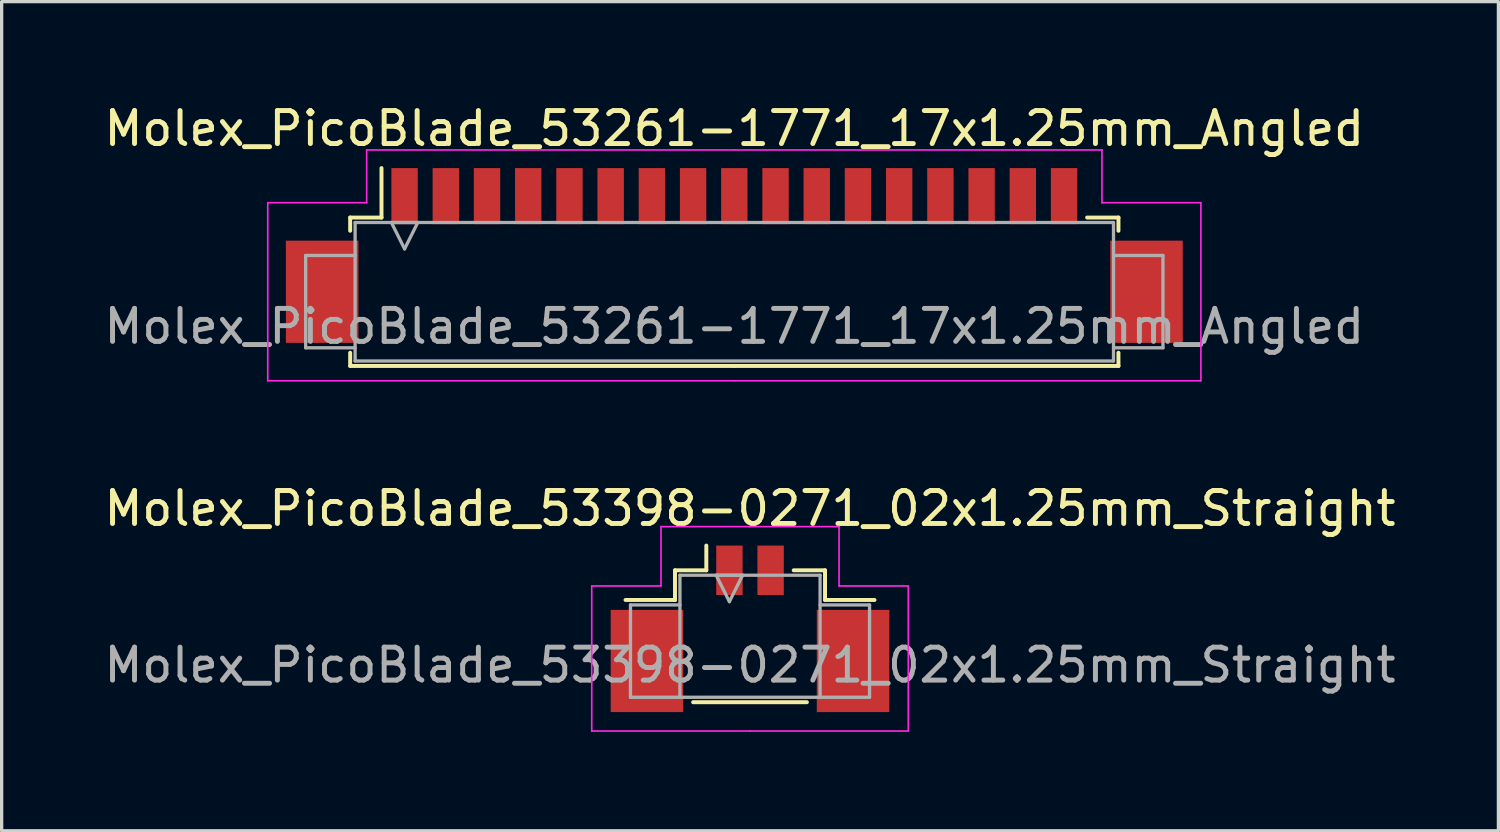
<source format=kicad_pcb>
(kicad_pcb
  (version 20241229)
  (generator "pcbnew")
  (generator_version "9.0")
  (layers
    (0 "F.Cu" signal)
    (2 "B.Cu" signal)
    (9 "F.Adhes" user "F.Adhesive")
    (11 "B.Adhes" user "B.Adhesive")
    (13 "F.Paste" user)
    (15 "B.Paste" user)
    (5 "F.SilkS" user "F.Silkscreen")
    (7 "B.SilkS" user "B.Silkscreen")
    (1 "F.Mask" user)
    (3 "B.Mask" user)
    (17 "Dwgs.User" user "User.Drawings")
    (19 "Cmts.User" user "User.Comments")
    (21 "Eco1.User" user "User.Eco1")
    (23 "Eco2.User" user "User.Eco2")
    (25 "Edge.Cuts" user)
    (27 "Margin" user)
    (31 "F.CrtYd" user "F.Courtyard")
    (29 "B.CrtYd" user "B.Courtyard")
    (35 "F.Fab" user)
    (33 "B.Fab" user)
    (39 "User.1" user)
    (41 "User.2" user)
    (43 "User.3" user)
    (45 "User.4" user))
  (footprint "Molex_PicoBlade_53261-1771_17x1.25mm_Angled"
    (layer "F.Cu")
    (at 19.22 4.348)
    (property "Reference" "Molex_PicoBlade_53261-1771_17x1.25mm_Angled" (at 0 -3.5 0) (layer "F.SilkS") (effects (font (size 1 1) (thickness 0.15))))
    (attr smd)
    (fp_line (start -11.65 -0.8) (end -11.65 -0.4) (stroke (width 0.12) (type solid)) (layer "F.SilkS"))
    (fp_line (start -11.65 3.3) (end -11.65 3.7) (stroke (width 0.12) (type solid)) (layer "F.SilkS"))
    (fp_line (start -11.65 3.7) (end 0 3.7) (stroke (width 0.12) (type solid)) (layer "F.SilkS"))
    (fp_line (start -10.7 -0.8) (end -11.65 -0.8) (stroke (width 0.12) (type solid)) (layer "F.SilkS"))
    (fp_line (start -10.7 -0.8) (end -10.7 -2.3) (stroke (width 0.12) (type solid)) (layer "F.SilkS"))
    (fp_line (start 10.7 -0.8) (end 11.65 -0.8) (stroke (width 0.12) (type solid)) (layer "F.SilkS"))
    (fp_line (start 11.65 -0.8) (end 11.65 -0.4) (stroke (width 0.12) (type solid)) (layer "F.SilkS"))
    (fp_line (start 11.65 3.3) (end 11.65 3.7) (stroke (width 0.12) (type solid)) (layer "F.SilkS"))
    (fp_line (start 11.65 3.7) (end 0 3.7) (stroke (width 0.12) (type solid)) (layer "F.SilkS"))
    (fp_line (start -14.15 -1.25) (end -14.15 4.15) (stroke (width 0.05) (type solid)) (layer "F.CrtYd"))
    (fp_line (start -14.15 4.15) (end 0 4.15) (stroke (width 0.05) (type solid)) (layer "F.CrtYd"))
    (fp_line (start -11.15 -2.85) (end -11.15 -1.25) (stroke (width 0.05) (type solid)) (layer "F.CrtYd"))
    (fp_line (start -11.15 -1.25) (end -14.15 -1.25) (stroke (width 0.05) (type solid)) (layer "F.CrtYd"))
    (fp_line (start 0 -2.85) (end -11.15 -2.85) (stroke (width 0.05) (type solid)) (layer "F.CrtYd"))
    (fp_line (start 0 -2.85) (end 11.15 -2.85) (stroke (width 0.05) (type solid)) (layer "F.CrtYd"))
    (fp_line (start 11.15 -2.85) (end 11.15 -1.25) (stroke (width 0.05) (type solid)) (layer "F.CrtYd"))
    (fp_line (start 11.15 -1.25) (end 14.15 -1.25) (stroke (width 0.05) (type solid)) (layer "F.CrtYd"))
    (fp_line (start 14.15 -1.25) (end 14.15 4.15) (stroke (width 0.05) (type solid)) (layer "F.CrtYd"))
    (fp_line (start 14.15 4.15) (end 0 4.15) (stroke (width 0.05) (type solid)) (layer "F.CrtYd"))
    (fp_line (start -13 0.35) (end -13 3.15) (stroke (width 0.1) (type solid)) (layer "F.Fab"))
    (fp_line (start -13 3.15) (end -11.5 3.15) (stroke (width 0.1) (type solid)) (layer "F.Fab"))
    (fp_line (start -11.5 -0.65) (end 11.5 -0.65) (stroke (width 0.1) (type solid)) (layer "F.Fab"))
    (fp_line (start -11.5 0.35) (end -13 0.35) (stroke (width 0.1) (type solid)) (layer "F.Fab"))
    (fp_line (start -11.5 3.55) (end -11.5 -0.65) (stroke (width 0.1) (type solid)) (layer "F.Fab"))
    (fp_line (start -10.4 -0.65) (end -10 0.15) (stroke (width 0.1) (type solid)) (layer "F.Fab"))
    (fp_line (start -10 0.15) (end -9.6 -0.65) (stroke (width 0.1) (type solid)) (layer "F.Fab"))
    (fp_line (start -9.6 -0.65) (end -10.4 -0.65) (stroke (width 0.1) (type solid)) (layer "F.Fab"))
    (fp_line (start 11.5 -0.65) (end 11.5 3.55) (stroke (width 0.1) (type solid)) (layer "F.Fab"))
    (fp_line (start 11.5 0.35) (end 13 0.35) (stroke (width 0.1) (type solid)) (layer "F.Fab"))
    (fp_line (start 11.5 3.55) (end -11.5 3.55) (stroke (width 0.1) (type solid)) (layer "F.Fab"))
    (fp_line (start 13 0.35) (end 13 3.15) (stroke (width 0.1) (type solid)) (layer "F.Fab"))
    (fp_line (start 13 3.15) (end 11.5 3.15) (stroke (width 0.1) (type solid)) (layer "F.Fab"))
    (fp_text user "${REFERENCE}" (at 0 2.5 0) (layer "F.Fab") (effects (font (size 1 1) (thickness 0.15))))
    (pad "" smd rect (at -12.5 1.45) (size 2.2 3.1) (layers "F.Cu" "F.Mask" "F.Paste"))
    (pad "" smd rect (at 12.5 1.45) (size 2.2 3.1) (layers "F.Cu" "F.Mask" "F.Paste"))
    (pad "1" smd rect (at -10 -1.45) (size 0.8 1.7) (layers "F.Cu" "F.Mask" "F.Paste"))
    (pad "2" smd rect (at -8.75 -1.45) (size 0.8 1.7) (layers "F.Cu" "F.Mask" "F.Paste"))
    (pad "3" smd rect (at -7.5 -1.45) (size 0.8 1.7) (layers "F.Cu" "F.Mask" "F.Paste"))
    (pad "4" smd rect (at -6.25 -1.45) (size 0.8 1.7) (layers "F.Cu" "F.Mask" "F.Paste"))
    (pad "5" smd rect (at -5 -1.45) (size 0.8 1.7) (layers "F.Cu" "F.Mask" "F.Paste"))
    (pad "6" smd rect (at -3.75 -1.45) (size 0.8 1.7) (layers "F.Cu" "F.Mask" "F.Paste"))
    (pad "7" smd rect (at -2.5 -1.45) (size 0.8 1.7) (layers "F.Cu" "F.Mask" "F.Paste"))
    (pad "8" smd rect (at -1.25 -1.45) (size 0.8 1.7) (layers "F.Cu" "F.Mask" "F.Paste"))
    (pad "9" smd rect (at 0 -1.45) (size 0.8 1.7) (layers "F.Cu" "F.Mask" "F.Paste"))
    (pad "10" smd rect (at 1.25 -1.45) (size 0.8 1.7) (layers "F.Cu" "F.Mask" "F.Paste"))
    (pad "11" smd rect (at 2.5 -1.45) (size 0.8 1.7) (layers "F.Cu" "F.Mask" "F.Paste"))
    (pad "12" smd rect (at 3.75 -1.45) (size 0.8 1.7) (layers "F.Cu" "F.Mask" "F.Paste"))
    (pad "13" smd rect (at 5 -1.45) (size 0.8 1.7) (layers "F.Cu" "F.Mask" "F.Paste"))
    (pad "14" smd rect (at 6.25 -1.45) (size 0.8 1.7) (layers "F.Cu" "F.Mask" "F.Paste"))
    (pad "15" smd rect (at 7.5 -1.45) (size 0.8 1.7) (layers "F.Cu" "F.Mask" "F.Paste"))
    (pad "16" smd rect (at 8.75 -1.45) (size 0.8 1.7) (layers "F.Cu" "F.Mask" "F.Paste"))
    (pad "17" smd rect (at 10 -1.45) (size 0.8 1.7) (layers "F.Cu" "F.Mask" "F.Paste")))
  (footprint "Molex_PicoBlade_53398-0271_02x1.25mm_Straight"
    (layer "F.Cu")
    (at 19.696 15.621)
    (property "Reference" "Molex_PicoBlade_53398-0271_02x1.25mm_Straight" (at 0 -3.25 0) (layer "F.SilkS") (effects (font (size 1 1) (thickness 0.15))))
    (attr smd)
    (fp_line (start -2.275 -1.375) (end -2.275 -0.475) (stroke (width 0.12) (type solid)) (layer "F.SilkS"))
    (fp_line (start -2.275 -0.475) (end -3.775 -0.475) (stroke (width 0.12) (type solid)) (layer "F.SilkS"))
    (fp_line (start -1.725 2.625) (end 1.725 2.625) (stroke (width 0.12) (type solid)) (layer "F.SilkS"))
    (fp_line (start -1.325 -1.375) (end -2.275 -1.375) (stroke (width 0.12) (type solid)) (layer "F.SilkS"))
    (fp_line (start -1.325 -1.375) (end -1.325 -2.125) (stroke (width 0.12) (type solid)) (layer "F.SilkS"))
    (fp_line (start 1.325 -1.375) (end 2.275 -1.375) (stroke (width 0.12) (type solid)) (layer "F.SilkS"))
    (fp_line (start 2.275 -1.375) (end 2.275 -0.475) (stroke (width 0.12) (type solid)) (layer "F.SilkS"))
    (fp_line (start 2.275 -0.475) (end 3.775 -0.475) (stroke (width 0.12) (type solid)) (layer "F.SilkS"))
    (fp_line (start -4.8 -0.9) (end -4.8 3.5) (stroke (width 0.05) (type solid)) (layer "F.CrtYd"))
    (fp_line (start -4.8 3.5) (end 0 3.5) (stroke (width 0.05) (type solid)) (layer "F.CrtYd"))
    (fp_line (start -2.7 -2.7) (end -2.7 -0.9) (stroke (width 0.05) (type solid)) (layer "F.CrtYd"))
    (fp_line (start -2.7 -0.9) (end -4.8 -0.9) (stroke (width 0.05) (type solid)) (layer "F.CrtYd"))
    (fp_line (start 0 -2.7) (end -2.7 -2.7) (stroke (width 0.05) (type solid)) (layer "F.CrtYd"))
    (fp_line (start 0 -2.7) (end 2.7 -2.7) (stroke (width 0.05) (type solid)) (layer "F.CrtYd"))
    (fp_line (start 2.7 -2.7) (end 2.7 -0.9) (stroke (width 0.05) (type solid)) (layer "F.CrtYd"))
    (fp_line (start 2.7 -0.9) (end 4.8 -0.9) (stroke (width 0.05) (type solid)) (layer "F.CrtYd"))
    (fp_line (start 4.8 -0.9) (end 4.8 3.5) (stroke (width 0.05) (type solid)) (layer "F.CrtYd"))
    (fp_line (start 4.8 3.5) (end 0 3.5) (stroke (width 0.05) (type solid)) (layer "F.CrtYd"))
    (fp_line (start -3.625 -0.325) (end -2.125 -0.325) (stroke (width 0.1) (type solid)) (layer "F.Fab"))
    (fp_line (start -3.625 2.475) (end -3.625 -0.325) (stroke (width 0.1) (type solid)) (layer "F.Fab"))
    (fp_line (start -2.125 -1.225) (end -2.125 2.475) (stroke (width 0.1) (type solid)) (layer "F.Fab"))
    (fp_line (start -2.125 2.475) (end -3.625 2.475) (stroke (width 0.1) (type solid)) (layer "F.Fab"))
    (fp_line (start -2.125 2.475) (end 2.125 2.475) (stroke (width 0.1) (type solid)) (layer "F.Fab"))
    (fp_line (start -1.025 -1.225) (end -0.625 -0.425) (stroke (width 0.1) (type solid)) (layer "F.Fab"))
    (fp_line (start -0.625 -0.425) (end -0.225 -1.225) (stroke (width 0.1) (type solid)) (layer "F.Fab"))
    (fp_line (start -0.225 -1.225) (end -1.025 -1.225) (stroke (width 0.1) (type solid)) (layer "F.Fab"))
    (fp_line (start 2.125 -1.225) (end -2.125 -1.225) (stroke (width 0.1) (type solid)) (layer "F.Fab"))
    (fp_line (start 2.125 2.475) (end 2.125 -1.225) (stroke (width 0.1) (type solid)) (layer "F.Fab"))
    (fp_line (start 2.125 2.475) (end 3.625 2.475) (stroke (width 0.1) (type solid)) (layer "F.Fab"))
    (fp_line (start 3.625 -0.325) (end 2.125 -0.325) (stroke (width 0.1) (type solid)) (layer "F.Fab"))
    (fp_line (start 3.625 2.475) (end 3.625 -0.325) (stroke (width 0.1) (type solid)) (layer "F.Fab"))
    (fp_text user "${REFERENCE}" (at 0 1.5 0) (layer "F.Fab") (effects (font (size 1 1) (thickness 0.15))))
    (pad "" smd rect (at -3.125 1.375) (size 2.2 3.1) (layers "F.Cu" "F.Mask" "F.Paste"))
    (pad "" smd rect (at 3.125 1.375) (size 2.2 3.1) (layers "F.Cu" "F.Mask" "F.Paste"))
    (pad "1" smd rect (at -0.625 -1.375) (size 0.8 1.5) (layers "F.Cu" "F.Mask" "F.Paste"))
    (pad "2" smd rect (at 0.625 -1.375) (size 0.8 1.5) (layers "F.Cu" "F.Mask" "F.Paste")))
  (gr_rect
    (start -3 -3)
    (end 42.393 22.146)
    (stroke (width 0.1) (type default))
    (fill no)
    (layer "Edge.Cuts")))
</source>
